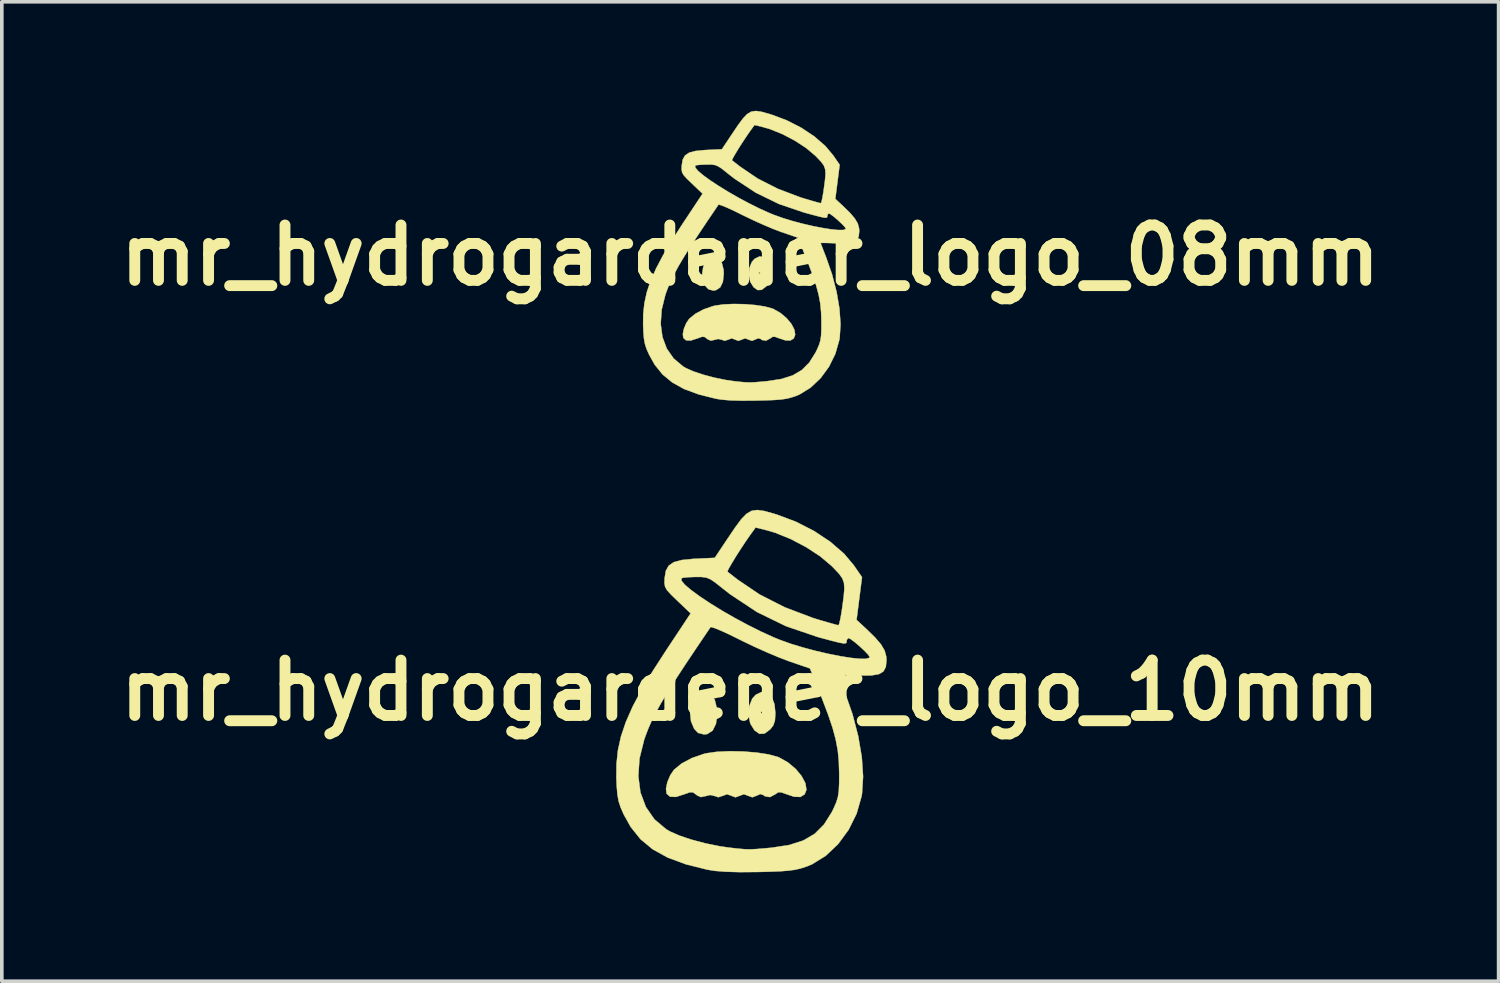
<source format=kicad_pcb>
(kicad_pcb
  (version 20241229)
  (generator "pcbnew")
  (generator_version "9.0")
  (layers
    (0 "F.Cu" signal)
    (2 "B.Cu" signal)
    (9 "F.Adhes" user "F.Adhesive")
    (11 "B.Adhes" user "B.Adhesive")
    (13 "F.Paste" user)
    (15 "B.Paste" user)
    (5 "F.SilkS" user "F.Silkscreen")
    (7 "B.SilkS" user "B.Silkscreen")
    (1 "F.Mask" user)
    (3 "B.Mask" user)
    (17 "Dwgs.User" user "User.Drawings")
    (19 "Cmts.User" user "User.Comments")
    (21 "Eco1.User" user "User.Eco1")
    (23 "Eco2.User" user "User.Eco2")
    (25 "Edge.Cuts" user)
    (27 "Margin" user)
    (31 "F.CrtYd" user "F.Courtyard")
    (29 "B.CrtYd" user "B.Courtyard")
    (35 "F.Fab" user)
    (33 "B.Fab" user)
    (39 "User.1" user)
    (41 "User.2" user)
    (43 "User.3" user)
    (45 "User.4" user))
  (footprint "mr_hydrogardener_logo_08mm"
    (layer "F.Cu")
    (at 17.606 3.98)
    (property "Reference" "mr_hydrogardener_logo_08mm" (at 0 0 0) (layer "F.SilkS") (effects (font (size 1.524 1.524) (thickness 0.3))))
    (attr through_hole)
    (fp_poly (pts (xy -0.877 0.087) (xy -0.782 0.205) (xy -0.734 0.397) (xy -0.728 0.508) (xy -0.753 0.732) (xy -0.827 0.884) (xy -0.947 0.961) (xy -1.016 0.97) (xy -1.147 0.936) (xy -1.234 0.845) (xy -1.304 0.68) (xy -1.322 0.499) (xy -1.294 0.323) (xy -1.226 0.175) (xy -1.124 0.075) (xy -1.016 0.046) (xy -0.877 0.087)) (stroke (width 0.01) (type solid)) (fill yes) (layer "F.SilkS"))
    (fp_poly (pts (xy 0.376 0.049) (xy 0.472 0.142) (xy 0.534 0.302) (xy 0.554 0.497) (xy 0.545 0.661) (xy 0.509 0.77) (xy 0.441 0.856) (xy 0.317 0.95) (xy 0.207 0.957) (xy 0.095 0.88) (xy 0.095 0.88) (xy 0.001 0.73) (xy -0.037 0.543) (xy -0.033 0.485) (xy 0.231 0.485) (xy 0.254 0.508) (xy 0.277 0.485) (xy 0.254 0.462) (xy 0.231 0.485) (xy -0.033 0.485) (xy -0.023 0.349) (xy 0.045 0.181) (xy 0.12 0.097) (xy 0.256 0.031) (xy 0.376 0.049)) (stroke (width 0.01) (type solid)) (fill yes) (layer "F.SilkS"))
    (fp_poly (pts (xy -0.152 1.345) (xy 0.142 1.369) (xy 0.403 1.409) (xy 0.604 1.463) (xy 0.635 1.475) (xy 0.832 1.587) (xy 1.001 1.729) (xy 1.133 1.887) (xy 1.216 2.045) (xy 1.238 2.187) (xy 1.199 2.288) (xy 1.106 2.346) (xy 0.967 2.341) (xy 0.8 2.285) (xy 0.685 2.244) (xy 0.616 2.244) (xy 0.555 2.285) (xy 0.436 2.35) (xy 0.324 2.331) (xy 0.292 2.305) (xy 0.222 2.282) (xy 0.144 2.316) (xy 0.049 2.354) (xy -0.042 2.322) (xy -0.046 2.32) (xy -0.14 2.285) (xy -0.231 2.32) (xy -0.325 2.354) (xy -0.416 2.32) (xy -0.51 2.285) (xy -0.601 2.32) (xy -0.703 2.353) (xy -0.772 2.328) (xy -0.882 2.302) (xy -0.977 2.326) (xy -1.088 2.349) (xy -1.174 2.31) (xy -1.191 2.295) (xy -1.257 2.247) (xy -1.325 2.242) (xy -1.435 2.281) (xy -1.446 2.285) (xy -1.636 2.346) (xy -1.766 2.341) (xy -1.841 2.274) (xy -1.855 2.168) (xy -1.825 2.021) (xy -1.761 1.868) (xy -1.679 1.747) (xy -1.511 1.61) (xy -1.283 1.488) (xy -1.027 1.399) (xy -0.965 1.384) (xy -0.732 1.351) (xy -0.452 1.339) (xy -0.152 1.345)) (stroke (width 0.01) (type solid)) (fill yes) (layer "F.SilkS"))
    (fp_poly (pts (xy 0.308 -3.953) (xy 0.502 -3.9) (xy 0.584 -3.875) (xy 1.005 -3.717) (xy 1.405 -3.513) (xy 1.765 -3.274) (xy 2.067 -3.012) (xy 2.282 -2.756) (xy 2.463 -2.494) (xy 2.403 -2.024) (xy 2.343 -1.554) (xy 2.545 -1.367) (xy 2.745 -1.172) (xy 2.88 -1.014) (xy 2.961 -0.877) (xy 2.997 -0.745) (xy 3.002 -0.664) (xy 2.987 -0.519) (xy 2.935 -0.419) (xy 2.833 -0.358) (xy 2.669 -0.33) (xy 2.43 -0.329) (xy 2.355 -0.332) (xy 2.172 -0.339) (xy 2.03 -0.342) (xy 1.95 -0.341) (xy 1.94 -0.339) (xy 1.955 -0.293) (xy 1.998 -0.182) (xy 2.058 -0.027) (xy 2.082 0.032) (xy 2.252 0.519) (xy 2.378 1.004) (xy 2.457 1.468) (xy 2.487 1.896) (xy 2.463 2.271) (xy 2.453 2.332) (xy 2.344 2.713) (xy 2.168 3.069) (xy 1.938 3.383) (xy 1.664 3.642) (xy 1.358 3.831) (xy 1.238 3.88) (xy 1.114 3.92) (xy 0.989 3.949) (xy 0.842 3.97) (xy 0.655 3.984) (xy 0.41 3.993) (xy 0.162 3.999) (xy -0.227 4.002) (xy -0.537 3.994) (xy -0.781 3.974) (xy -0.941 3.949) (xy -1.42 3.829) (xy -1.82 3.681) (xy -2.148 3.499) (xy -2.416 3.277) (xy -2.632 3.008) (xy -2.785 2.733) (xy -2.854 2.578) (xy -2.898 2.442) (xy -2.925 2.294) (xy -2.941 2.105) (xy -2.948 1.936) (xy -2.948 1.889) (xy -2.465 1.889) (xy -2.417 2.248) (xy -2.298 2.568) (xy -2.109 2.839) (xy -1.853 3.055) (xy -1.77 3.105) (xy -1.564 3.196) (xy -1.294 3.286) (xy -0.989 3.367) (xy -0.678 3.431) (xy -0.469 3.462) (xy -0.274 3.484) (xy -0.129 3.496) (xy -0.002 3.5) (xy 0.136 3.494) (xy 0.316 3.479) (xy 0.474 3.464) (xy 0.858 3.405) (xy 1.17 3.306) (xy 1.421 3.158) (xy 1.626 2.952) (xy 1.797 2.681) (xy 1.841 2.592) (xy 1.896 2.465) (xy 1.931 2.35) (xy 1.951 2.219) (xy 1.959 2.048) (xy 1.96 1.824) (xy 1.952 1.564) (xy 1.929 1.323) (xy 1.884 1.084) (xy 1.815 0.827) (xy 1.715 0.531) (xy 1.581 0.178) (xy 1.532 0.054) (xy 1.316 -0.485) (xy 0.854 -0.643) (xy 0.635 -0.726) (xy 0.367 -0.839) (xy 0.081 -0.968) (xy -0.191 -1.099) (xy -0.228 -1.117) (xy -0.445 -1.225) (xy -0.633 -1.311) (xy -0.776 -1.37) (xy -0.859 -1.396) (xy -0.874 -1.394) (xy -1.178 -0.946) (xy -1.433 -0.564) (xy -1.646 -0.239) (xy -1.82 0.038) (xy -1.962 0.275) (xy -2.076 0.482) (xy -2.169 0.667) (xy -2.245 0.84) (xy -2.309 1.009) (xy -2.336 1.085) (xy -2.438 1.499) (xy -2.465 1.889) (xy -2.948 1.889) (xy -2.946 1.62) (xy -2.913 1.317) (xy -2.846 1.012) (xy -2.74 0.696) (xy -2.59 0.358) (xy -2.392 -0.016) (xy -2.141 -0.435) (xy -1.834 -0.912) (xy -1.828 -0.919) (xy -1.312 -1.697) (xy -1.605 -1.976) (xy -1.746 -2.112) (xy -1.832 -2.208) (xy -1.875 -2.284) (xy -1.889 -2.365) (xy -1.885 -2.471) (xy -1.885 -2.472) (xy -1.516 -2.472) (xy -1.512 -2.416) (xy -1.437 -2.326) (xy -1.299 -2.208) (xy -1.11 -2.07) (xy -0.88 -1.918) (xy -0.619 -1.757) (xy -0.338 -1.595) (xy -0.047 -1.439) (xy 0.243 -1.294) (xy 0.521 -1.168) (xy 0.652 -1.114) (xy 0.892 -1.028) (xy 1.158 -0.947) (xy 1.438 -0.872) (xy 1.718 -0.807) (xy 1.984 -0.755) (xy 2.221 -0.717) (xy 2.417 -0.697) (xy 2.557 -0.697) (xy 2.627 -0.721) (xy 2.632 -0.735) (xy 2.6 -0.786) (xy 2.517 -0.872) (xy 2.409 -0.973) (xy 2.297 -1.068) (xy 2.207 -1.135) (xy 2.164 -1.155) (xy 2.129 -1.117) (xy 2.124 -1.084) (xy 2.121 -1.054) (xy 2.101 -1.037) (xy 2.052 -1.036) (xy 1.96 -1.053) (xy 1.812 -1.09) (xy 1.595 -1.148) (xy 1.473 -1.182) (xy 0.788 -1.415) (xy 0.151 -1.726) (xy -0.442 -2.117) (xy -0.612 -2.25) (xy -0.765 -2.373) (xy -0.874 -2.447) (xy -0.967 -2.486) (xy -1.071 -2.499) (xy -1.207 -2.5) (xy -1.36 -2.494) (xy -1.473 -2.483) (xy -1.516 -2.472) (xy -1.885 -2.472) (xy -1.885 -2.474) (xy -1.861 -2.616) (xy -0.502 -2.616) (xy -0.459 -2.583) (xy -0.366 -2.51) (xy -0.277 -2.441) (xy 0.205 -2.114) (xy 0.76 -1.832) (xy 1.376 -1.598) (xy 1.53 -1.551) (xy 1.707 -1.499) (xy 1.848 -1.459) (xy 1.932 -1.437) (xy 1.944 -1.434) (xy 1.963 -1.475) (xy 1.988 -1.587) (xy 2.016 -1.748) (xy 2.025 -1.813) (xy 2.058 -2.06) (xy 2.074 -2.237) (xy 2.065 -2.367) (xy 2.028 -2.471) (xy 1.956 -2.571) (xy 1.844 -2.69) (xy 1.79 -2.745) (xy 1.54 -2.955) (xy 1.229 -3.158) (xy 0.888 -3.337) (xy 0.548 -3.474) (xy 0.371 -3.526) (xy 0.119 -3.589) (xy -0.002 -3.422) (xy -0.1 -3.281) (xy -0.207 -3.119) (xy -0.313 -2.954) (xy -0.404 -2.804) (xy -0.471 -2.688) (xy -0.502 -2.623) (xy -0.502 -2.616) (xy -1.861 -2.616) (xy -1.858 -2.635) (xy -1.795 -2.749) (xy -1.682 -2.826) (xy -1.506 -2.873) (xy -1.254 -2.898) (xy -1.198 -2.901) (xy -0.78 -2.921) (xy -0.499 -3.342) (xy -0.33 -3.593) (xy -0.195 -3.774) (xy -0.08 -3.893) (xy 0.032 -3.957) (xy 0.156 -3.975) (xy 0.308 -3.953)) (stroke (width 0.01) (type solid)) (fill yes) (layer "F.SilkS")))
  (footprint "mr_hydrogardener_logo_10mm"
    (layer "F.Cu")
    (at 17.606 15.96)
    (property "Reference" "mr_hydrogardener_logo_10mm" (at 0 0 0) (layer "F.SilkS") (effects (font (size 1.524 1.524) (thickness 0.3))))
    (attr through_hole)
    (fp_poly (pts (xy -1.096 0.108) (xy -0.977 0.256) (xy -0.917 0.496) (xy -0.91 0.635) (xy -0.942 0.915) (xy -1.034 1.105) (xy -1.183 1.201) (xy -1.27 1.212) (xy -1.434 1.17) (xy -1.543 1.056) (xy -1.63 0.85) (xy -1.653 0.623) (xy -1.617 0.404) (xy -1.532 0.218) (xy -1.404 0.094) (xy -1.27 0.058) (xy -1.096 0.108)) (stroke (width 0.01) (type solid)) (fill yes) (layer "F.SilkS"))
    (fp_poly (pts (xy 0.47 0.061) (xy 0.59 0.178) (xy 0.668 0.378) (xy 0.693 0.622) (xy 0.681 0.826) (xy 0.636 0.963) (xy 0.551 1.071) (xy 0.396 1.187) (xy 0.259 1.197) (xy 0.119 1.101) (xy 0.119 1.1) (xy 0.002 0.912) (xy -0.047 0.678) (xy -0.041 0.606) (xy 0.289 0.606) (xy 0.318 0.635) (xy 0.346 0.606) (xy 0.318 0.577) (xy 0.289 0.606) (xy -0.041 0.606) (xy -0.028 0.437) (xy 0.056 0.226) (xy 0.149 0.122) (xy 0.32 0.039) (xy 0.47 0.061)) (stroke (width 0.01) (type solid)) (fill yes) (layer "F.SilkS"))
    (fp_poly (pts (xy -0.19 1.681) (xy 0.178 1.711) (xy 0.504 1.761) (xy 0.755 1.829) (xy 0.793 1.844) (xy 1.04 1.983) (xy 1.252 2.161) (xy 1.416 2.359) (xy 1.52 2.556) (xy 1.548 2.734) (xy 1.499 2.86) (xy 1.382 2.933) (xy 1.209 2.927) (xy 0.999 2.857) (xy 0.856 2.805) (xy 0.77 2.805) (xy 0.694 2.857) (xy 0.544 2.937) (xy 0.405 2.914) (xy 0.365 2.882) (xy 0.278 2.852) (xy 0.18 2.896) (xy 0.061 2.942) (xy -0.052 2.903) (xy -0.058 2.9) (xy -0.175 2.857) (xy -0.289 2.9) (xy -0.406 2.943) (xy -0.52 2.9) (xy -0.637 2.857) (xy -0.751 2.9) (xy -0.879 2.941) (xy -0.965 2.91) (xy -1.103 2.878) (xy -1.222 2.908) (xy -1.359 2.937) (xy -1.467 2.887) (xy -1.489 2.868) (xy -1.572 2.808) (xy -1.657 2.803) (xy -1.793 2.851) (xy -1.808 2.857) (xy -2.044 2.932) (xy -2.207 2.926) (xy -2.302 2.843) (xy -2.319 2.71) (xy -2.282 2.527) (xy -2.201 2.335) (xy -2.098 2.184) (xy -1.889 2.012) (xy -1.604 1.861) (xy -1.283 1.749) (xy -1.206 1.73) (xy -0.915 1.689) (xy -0.565 1.673) (xy -0.19 1.681)) (stroke (width 0.01) (type solid)) (fill yes) (layer "F.SilkS"))
    (fp_poly (pts (xy 0.384 -4.941) (xy 0.628 -4.874) (xy 0.73 -4.843) (xy 1.256 -4.646) (xy 1.756 -4.391) (xy 2.206 -4.092) (xy 2.584 -3.765) (xy 2.853 -3.445) (xy 3.078 -3.118) (xy 3.003 -2.53) (xy 2.928 -1.942) (xy 3.182 -1.708) (xy 3.432 -1.465) (xy 3.601 -1.268) (xy 3.701 -1.097) (xy 3.746 -0.931) (xy 3.752 -0.83) (xy 3.734 -0.648) (xy 3.669 -0.524) (xy 3.542 -0.448) (xy 3.336 -0.413) (xy 3.037 -0.411) (xy 2.943 -0.415) (xy 2.715 -0.424) (xy 2.538 -0.428) (xy 2.438 -0.426) (xy 2.425 -0.423) (xy 2.444 -0.366) (xy 2.497 -0.228) (xy 2.573 -0.034) (xy 2.602 0.041) (xy 2.815 0.649) (xy 2.973 1.254) (xy 3.072 1.835) (xy 3.108 2.37) (xy 3.079 2.838) (xy 3.066 2.915) (xy 2.93 3.392) (xy 2.71 3.836) (xy 2.422 4.229) (xy 2.08 4.553) (xy 1.698 4.789) (xy 1.548 4.85) (xy 1.393 4.9) (xy 1.236 4.937) (xy 1.052 4.962) (xy 0.819 4.98) (xy 0.513 4.992) (xy 0.202 4.999) (xy -0.284 5.003) (xy -0.672 4.992) (xy -0.976 4.968) (xy -1.176 4.936) (xy -1.775 4.786) (xy -2.274 4.601) (xy -2.685 4.374) (xy -3.02 4.097) (xy -3.29 3.76) (xy -3.482 3.416) (xy -3.567 3.223) (xy -3.623 3.052) (xy -3.656 2.868) (xy -3.676 2.632) (xy -3.685 2.419) (xy -3.685 2.361) (xy -3.081 2.361) (xy -3.022 2.81) (xy -2.873 3.209) (xy -2.637 3.549) (xy -2.317 3.819) (xy -2.212 3.881) (xy -1.955 3.995) (xy -1.618 4.108) (xy -1.237 4.209) (xy -0.848 4.289) (xy -0.586 4.327) (xy -0.343 4.355) (xy -0.161 4.371) (xy -0.003 4.375) (xy 0.17 4.367) (xy 0.395 4.348) (xy 0.592 4.33) (xy 1.073 4.256) (xy 1.462 4.132) (xy 1.776 3.947) (xy 2.032 3.691) (xy 2.246 3.352) (xy 2.301 3.24) (xy 2.37 3.081) (xy 2.414 2.937) (xy 2.439 2.774) (xy 2.449 2.56) (xy 2.45 2.28) (xy 2.44 1.955) (xy 2.411 1.654) (xy 2.355 1.355) (xy 2.269 1.033) (xy 2.144 0.664) (xy 1.977 0.223) (xy 1.915 0.068) (xy 1.645 -0.606) (xy 1.068 -0.804) (xy 0.794 -0.908) (xy 0.459 -1.049) (xy 0.101 -1.21) (xy -0.238 -1.373) (xy -0.285 -1.397) (xy -0.556 -1.531) (xy -0.791 -1.639) (xy -0.969 -1.713) (xy -1.074 -1.745) (xy -1.093 -1.743) (xy -1.472 -1.182) (xy -1.792 -0.704) (xy -2.057 -0.298) (xy -2.275 0.048) (xy -2.452 0.344) (xy -2.595 0.603) (xy -2.711 0.834) (xy -2.806 1.05) (xy -2.886 1.261) (xy -2.92 1.357) (xy -3.048 1.873) (xy -3.081 2.361) (xy -3.685 2.361) (xy -3.682 2.026) (xy -3.642 1.646) (xy -3.558 1.265) (xy -3.425 0.871) (xy -3.238 0.447) (xy -2.99 -0.02) (xy -2.677 -0.544) (xy -2.292 -1.139) (xy -2.285 -1.149) (xy -1.64 -2.122) (xy -2.007 -2.47) (xy -2.182 -2.64) (xy -2.29 -2.759) (xy -2.344 -2.855) (xy -2.361 -2.956) (xy -2.356 -3.089) (xy -2.356 -3.089) (xy -1.894 -3.089) (xy -1.891 -3.02) (xy -1.796 -2.907) (xy -1.624 -2.761) (xy -1.388 -2.588) (xy -1.1 -2.397) (xy -0.774 -2.196) (xy -0.422 -1.994) (xy -0.059 -1.799) (xy 0.303 -1.618) (xy 0.651 -1.46) (xy 0.815 -1.393) (xy 1.115 -1.285) (xy 1.448 -1.184) (xy 1.798 -1.09) (xy 2.148 -1.009) (xy 2.48 -0.943) (xy 2.777 -0.896) (xy 3.021 -0.871) (xy 3.196 -0.872) (xy 3.284 -0.901) (xy 3.29 -0.919) (xy 3.25 -0.982) (xy 3.147 -1.09) (xy 3.011 -1.217) (xy 2.872 -1.335) (xy 2.758 -1.418) (xy 2.705 -1.443) (xy 2.661 -1.396) (xy 2.655 -1.355) (xy 2.651 -1.317) (xy 2.627 -1.296) (xy 2.565 -1.295) (xy 2.451 -1.316) (xy 2.266 -1.362) (xy 1.993 -1.435) (xy 1.841 -1.477) (xy 0.985 -1.769) (xy 0.189 -2.157) (xy -0.552 -2.647) (xy -0.764 -2.813) (xy -0.956 -2.966) (xy -1.093 -3.059) (xy -1.209 -3.107) (xy -1.339 -3.124) (xy -1.509 -3.125) (xy -1.7 -3.118) (xy -1.841 -3.104) (xy -1.894 -3.089) (xy -2.356 -3.089) (xy -2.356 -3.092) (xy -2.327 -3.27) (xy -0.627 -3.27) (xy -0.574 -3.228) (xy -0.458 -3.138) (xy -0.346 -3.051) (xy 0.256 -2.643) (xy 0.95 -2.29) (xy 1.719 -1.998) (xy 1.913 -1.938) (xy 2.134 -1.874) (xy 2.31 -1.824) (xy 2.415 -1.796) (xy 2.43 -1.793) (xy 2.453 -1.844) (xy 2.485 -1.984) (xy 2.52 -2.185) (xy 2.531 -2.266) (xy 2.573 -2.575) (xy 2.592 -2.797) (xy 2.582 -2.959) (xy 2.535 -3.089) (xy 2.445 -3.214) (xy 2.305 -3.362) (xy 2.237 -3.431) (xy 1.925 -3.694) (xy 1.537 -3.947) (xy 1.11 -4.171) (xy 0.685 -4.343) (xy 0.464 -4.408) (xy 0.148 -4.486) (xy -0.003 -4.277) (xy -0.125 -4.101) (xy -0.259 -3.899) (xy -0.391 -3.693) (xy -0.505 -3.505) (xy -0.589 -3.36) (xy -0.627 -3.279) (xy -0.627 -3.27) (xy -2.327 -3.27) (xy -2.323 -3.293) (xy -2.244 -3.436) (xy -2.103 -3.532) (xy -1.883 -3.591) (xy -1.567 -3.623) (xy -1.498 -3.626) (xy -0.975 -3.651) (xy -0.624 -4.178) (xy -0.412 -4.491) (xy -0.244 -4.718) (xy -0.099 -4.866) (xy 0.04 -4.946) (xy 0.195 -4.968) (xy 0.384 -4.941)) (stroke (width 0.01) (type solid)) (fill yes) (layer "F.SilkS")))
  (gr_rect
    (start -3 -3)
    (end 38.212 23.967)
    (stroke (width 0.1) (type default))
    (fill no)
    (layer "Edge.Cuts")))
</source>
